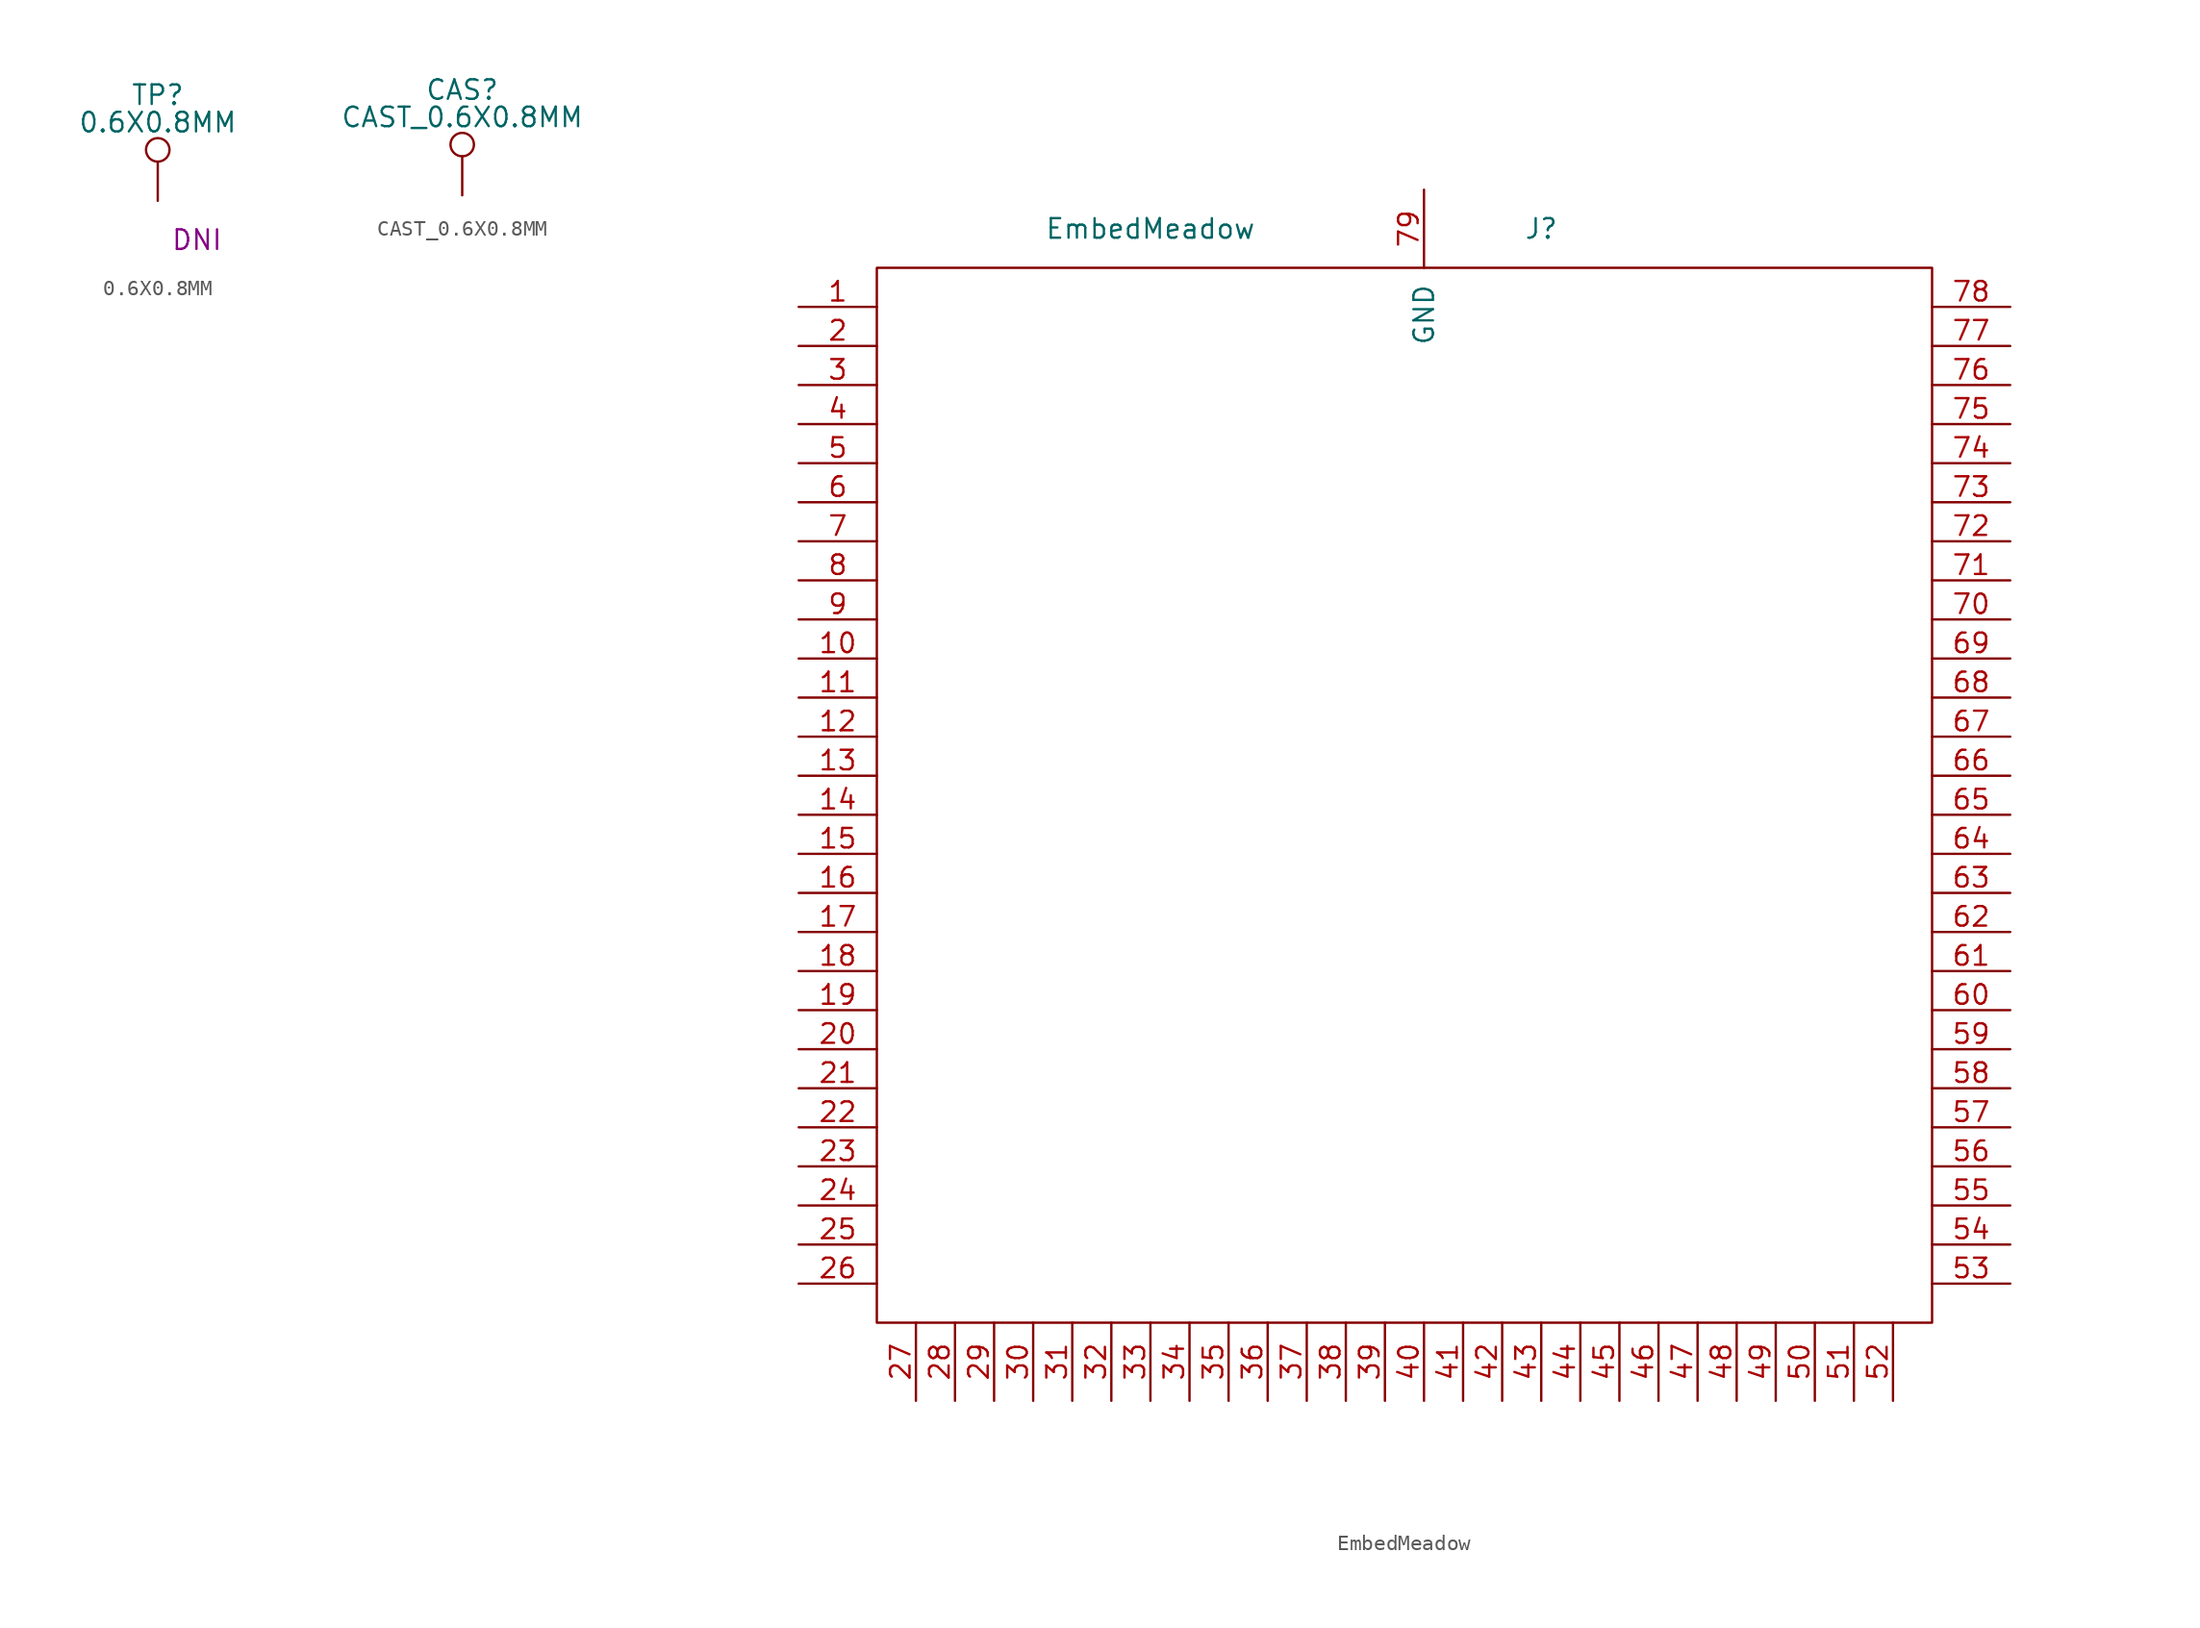
<source format=kicad_sym>
(kicad_symbol_lib
  (version 20211014)
  (generator kicad_symbol_editor)
  (symbol "0.6X0.8MM"
    (pin_numbers hide)
    (pin_names
      (offset 0.762) hide)
    (property "Reference" "TP"
      (at 0 6.858 0)
      (effects (font (size 1.27 1.27))))
    (property "Value" "0.6X0.8MM"
      (at 0 5.08 0)
      (effects (font (size 1.27 1.27))))
    (property "DNI" "DNI"
      (at 2.54 -2.54 0)
      (effects (font (size 1.27 1.27))))
    (symbol "0.6X0.8MM_0_1"
      (circle (center 0 3.302) (radius 0.762) (stroke (width 0) (type default) (color 0 0 0 0)) (fill (type none))))
    (symbol "0.6X0.8MM_1_1"
      (pin passive line (at 0 0 90) (length 2.54) (name "1" (effects (font (size 1.27 1.27)))) (number "1" (effects (font (size 1.27 1.27)))))))
  (symbol "CAST_0.6X0.8MM"
    (pin_numbers hide)
    (pin_names
      (offset 0.762) hide)
    (property "Reference" "CAS"
      (at 0 6.858 0)
      (effects (font (size 1.27 1.27))))
    (property "Value" "CAST_0.6X0.8MM"
      (at 0 5.08 0)
      (effects (font (size 1.27 1.27))))
    (symbol "CAST_0.6X0.8MM_0_1"
      (circle (center 0 3.302) (radius 0.762) (stroke (width 0) (type default) (color 0 0 0 0)) (fill (type none))))
    (symbol "CAST_0.6X0.8MM_1_1"
      (pin passive line (at 0 0 90) (length 2.54) (name "1" (effects (font (size 1.27 1.27)))) (number "1" (effects (font (size 1.27 1.27)))))))
  (symbol "EmbedMeadow"
    (pin_names
      (offset 1.016))
    (property "Reference" "J"
      (at 7.62 43.18 0)
      (effects (font (size 1.27 1.27))))
    (property "Value" "EmbedMeadow"
      (at -17.78 43.18 0)
      (effects (font (size 1.27 1.27))))
    (symbol "EmbedMeadow_0_1"
      (rectangle (start -35.56 40.64) (end 33.02 -27.94) (stroke (width 0) (type default) (color 0 0 0 0)) (fill (type none))))
    (symbol "EmbedMeadow_1_1"
      (pin input line (at -40.64 38.1 0) (length 5.08) (name "~" (effects (font (size 1.27 1.27)))) (number "1" (effects (font (size 1.27 1.27)))))
      (pin input line (at -40.64 15.24 0) (length 5.08) (name "~" (effects (font (size 1.27 1.27)))) (number "10" (effects (font (size 1.27 1.27)))))
      (pin input line (at -40.64 12.7 0) (length 5.08) (name "~" (effects (font (size 1.27 1.27)))) (number "11" (effects (font (size 1.27 1.27)))))
      (pin input line (at -40.64 10.16 0) (length 5.08) (name "~" (effects (font (size 1.27 1.27)))) (number "12" (effects (font (size 1.27 1.27)))))
      (pin input line (at -40.64 7.62 0) (length 5.08) (name "~" (effects (font (size 1.27 1.27)))) (number "13" (effects (font (size 1.27 1.27)))))
      (pin input line (at -40.64 5.08 0) (length 5.08) (name "~" (effects (font (size 1.27 1.27)))) (number "14" (effects (font (size 1.27 1.27)))))
      (pin input line (at -40.64 2.54 0) (length 5.08) (name "~" (effects (font (size 1.27 1.27)))) (number "15" (effects (font (size 1.27 1.27)))))
      (pin input line (at -40.64 0 0) (length 5.08) (name "~" (effects (font (size 1.27 1.27)))) (number "16" (effects (font (size 1.27 1.27)))))
      (pin input line (at -40.64 -2.54 0) (length 5.08) (name "~" (effects (font (size 1.27 1.27)))) (number "17" (effects (font (size 1.27 1.27)))))
      (pin input line (at -40.64 -5.08 0) (length 5.08) (name "~" (effects (font (size 1.27 1.27)))) (number "18" (effects (font (size 1.27 1.27)))))
      (pin input line (at -40.64 -7.62 0) (length 5.08) (name "~" (effects (font (size 1.27 1.27)))) (number "19" (effects (font (size 1.27 1.27)))))
      (pin input line (at -40.64 35.56 0) (length 5.08) (name "~" (effects (font (size 1.27 1.27)))) (number "2" (effects (font (size 1.27 1.27)))))
      (pin input line (at -40.64 -10.16 0) (length 5.08) (name "~" (effects (font (size 1.27 1.27)))) (number "20" (effects (font (size 1.27 1.27)))))
      (pin input line (at -40.64 -12.7 0) (length 5.08) (name "~" (effects (font (size 1.27 1.27)))) (number "21" (effects (font (size 1.27 1.27)))))
      (pin input line (at -40.64 -15.24 0) (length 5.08) (name "~" (effects (font (size 1.27 1.27)))) (number "22" (effects (font (size 1.27 1.27)))))
      (pin input line (at -40.64 -17.78 0) (length 5.08) (name "~" (effects (font (size 1.27 1.27)))) (number "23" (effects (font (size 1.27 1.27)))))
      (pin input line (at -40.64 -20.32 0) (length 5.08) (name "~" (effects (font (size 1.27 1.27)))) (number "24" (effects (font (size 1.27 1.27)))))
      (pin input line (at -40.64 -22.86 0) (length 5.08) (name "~" (effects (font (size 1.27 1.27)))) (number "25" (effects (font (size 1.27 1.27)))))
      (pin input line (at -40.64 -25.4 0) (length 5.08) (name "~" (effects (font (size 1.27 1.27)))) (number "26" (effects (font (size 1.27 1.27)))))
      (pin input line (at -33.02 -33.02 90) (length 5.08) (name "~" (effects (font (size 1.27 1.27)))) (number "27" (effects (font (size 1.27 1.27)))))
      (pin input line (at -30.48 -33.02 90) (length 5.08) (name "~" (effects (font (size 1.27 1.27)))) (number "28" (effects (font (size 1.27 1.27)))))
      (pin input line (at -27.94 -33.02 90) (length 5.08) (name "~" (effects (font (size 1.27 1.27)))) (number "29" (effects (font (size 1.27 1.27)))))
      (pin input line (at -40.64 33.02 0) (length 5.08) (name "~" (effects (font (size 1.27 1.27)))) (number "3" (effects (font (size 1.27 1.27)))))
      (pin input line (at -25.4 -33.02 90) (length 5.08) (name "~" (effects (font (size 1.27 1.27)))) (number "30" (effects (font (size 1.27 1.27)))))
      (pin input line (at -22.86 -33.02 90) (length 5.08) (name "~" (effects (font (size 1.27 1.27)))) (number "31" (effects (font (size 1.27 1.27)))))
      (pin input line (at -20.32 -33.02 90) (length 5.08) (name "~" (effects (font (size 1.27 1.27)))) (number "32" (effects (font (size 1.27 1.27)))))
      (pin input line (at -17.78 -33.02 90) (length 5.08) (name "~" (effects (font (size 1.27 1.27)))) (number "33" (effects (font (size 1.27 1.27)))))
      (pin input line (at -15.24 -33.02 90) (length 5.08) (name "~" (effects (font (size 1.27 1.27)))) (number "34" (effects (font (size 1.27 1.27)))))
      (pin input line (at -12.7 -33.02 90) (length 5.08) (name "~" (effects (font (size 1.27 1.27)))) (number "35" (effects (font (size 1.27 1.27)))))
      (pin input line (at -10.16 -33.02 90) (length 5.08) (name "~" (effects (font (size 1.27 1.27)))) (number "36" (effects (font (size 1.27 1.27)))))
      (pin input line (at -7.62 -33.02 90) (length 5.08) (name "~" (effects (font (size 1.27 1.27)))) (number "37" (effects (font (size 1.27 1.27)))))
      (pin input line (at -5.08 -33.02 90) (length 5.08) (name "~" (effects (font (size 1.27 1.27)))) (number "38" (effects (font (size 1.27 1.27)))))
      (pin input line (at -2.54 -33.02 90) (length 5.08) (name "~" (effects (font (size 1.27 1.27)))) (number "39" (effects (font (size 1.27 1.27)))))
      (pin input line (at -40.64 30.48 0) (length 5.08) (name "~" (effects (font (size 1.27 1.27)))) (number "4" (effects (font (size 1.27 1.27)))))
      (pin input line (at 0 -33.02 90) (length 5.08) (name "~" (effects (font (size 1.27 1.27)))) (number "40" (effects (font (size 1.27 1.27)))))
      (pin input line (at 2.54 -33.02 90) (length 5.08) (name "~" (effects (font (size 1.27 1.27)))) (number "41" (effects (font (size 1.27 1.27)))))
      (pin input line (at 5.08 -33.02 90) (length 5.08) (name "~" (effects (font (size 1.27 1.27)))) (number "42" (effects (font (size 1.27 1.27)))))
      (pin input line (at 7.62 -33.02 90) (length 5.08) (name "~" (effects (font (size 1.27 1.27)))) (number "43" (effects (font (size 1.27 1.27)))))
      (pin input line (at 10.16 -33.02 90) (length 5.08) (name "~" (effects (font (size 1.27 1.27)))) (number "44" (effects (font (size 1.27 1.27)))))
      (pin input line (at 12.7 -33.02 90) (length 5.08) (name "~" (effects (font (size 1.27 1.27)))) (number "45" (effects (font (size 1.27 1.27)))))
      (pin input line (at 15.24 -33.02 90) (length 5.08) (name "~" (effects (font (size 1.27 1.27)))) (number "46" (effects (font (size 1.27 1.27)))))
      (pin input line (at 17.78 -33.02 90) (length 5.08) (name "~" (effects (font (size 1.27 1.27)))) (number "47" (effects (font (size 1.27 1.27)))))
      (pin input line (at 20.32 -33.02 90) (length 5.08) (name "~" (effects (font (size 1.27 1.27)))) (number "48" (effects (font (size 1.27 1.27)))))
      (pin input line (at 22.86 -33.02 90) (length 5.08) (name "~" (effects (font (size 1.27 1.27)))) (number "49" (effects (font (size 1.27 1.27)))))
      (pin input line (at -40.64 27.94 0) (length 5.08) (name "~" (effects (font (size 1.27 1.27)))) (number "5" (effects (font (size 1.27 1.27)))))
      (pin input line (at 25.4 -33.02 90) (length 5.08) (name "~" (effects (font (size 1.27 1.27)))) (number "50" (effects (font (size 1.27 1.27)))))
      (pin input line (at 27.94 -33.02 90) (length 5.08) (name "~" (effects (font (size 1.27 1.27)))) (number "51" (effects (font (size 1.27 1.27)))))
      (pin input line (at 30.48 -33.02 90) (length 5.08) (name "~" (effects (font (size 1.27 1.27)))) (number "52" (effects (font (size 1.27 1.27)))))
      (pin input line (at 38.1 -25.4 180) (length 5.08) (name "~" (effects (font (size 1.27 1.27)))) (number "53" (effects (font (size 1.27 1.27)))))
      (pin input line (at 38.1 -22.86 180) (length 5.08) (name "~" (effects (font (size 1.27 1.27)))) (number "54" (effects (font (size 1.27 1.27)))))
      (pin input line (at 38.1 -20.32 180) (length 5.08) (name "~" (effects (font (size 1.27 1.27)))) (number "55" (effects (font (size 1.27 1.27)))))
      (pin input line (at 38.1 -17.78 180) (length 5.08) (name "~" (effects (font (size 1.27 1.27)))) (number "56" (effects (font (size 1.27 1.27)))))
      (pin input line (at 38.1 -15.24 180) (length 5.08) (name "~" (effects (font (size 1.27 1.27)))) (number "57" (effects (font (size 1.27 1.27)))))
      (pin input line (at 38.1 -12.7 180) (length 5.08) (name "~" (effects (font (size 1.27 1.27)))) (number "58" (effects (font (size 1.27 1.27)))))
      (pin input line (at 38.1 -10.16 180) (length 5.08) (name "~" (effects (font (size 1.27 1.27)))) (number "59" (effects (font (size 1.27 1.27)))))
      (pin input line (at -40.64 25.4 0) (length 5.08) (name "~" (effects (font (size 1.27 1.27)))) (number "6" (effects (font (size 1.27 1.27)))))
      (pin input line (at 38.1 -7.62 180) (length 5.08) (name "~" (effects (font (size 1.27 1.27)))) (number "60" (effects (font (size 1.27 1.27)))))
      (pin input line (at 38.1 -5.08 180) (length 5.08) (name "~" (effects (font (size 1.27 1.27)))) (number "61" (effects (font (size 1.27 1.27)))))
      (pin input line (at 38.1 -2.54 180) (length 5.08) (name "~" (effects (font (size 1.27 1.27)))) (number "62" (effects (font (size 1.27 1.27)))))
      (pin input line (at 38.1 0 180) (length 5.08) (name "~" (effects (font (size 1.27 1.27)))) (number "63" (effects (font (size 1.27 1.27)))))
      (pin input line (at 38.1 2.54 180) (length 5.08) (name "~" (effects (font (size 1.27 1.27)))) (number "64" (effects (font (size 1.27 1.27)))))
      (pin input line (at 38.1 5.08 180) (length 5.08) (name "~" (effects (font (size 1.27 1.27)))) (number "65" (effects (font (size 1.27 1.27)))))
      (pin input line (at 38.1 7.62 180) (length 5.08) (name "~" (effects (font (size 1.27 1.27)))) (number "66" (effects (font (size 1.27 1.27)))))
      (pin input line (at 38.1 10.16 180) (length 5.08) (name "~" (effects (font (size 1.27 1.27)))) (number "67" (effects (font (size 1.27 1.27)))))
      (pin input line (at 38.1 12.7 180) (length 5.08) (name "~" (effects (font (size 1.27 1.27)))) (number "68" (effects (font (size 1.27 1.27)))))
      (pin input line (at 38.1 15.24 180) (length 5.08) (name "~" (effects (font (size 1.27 1.27)))) (number "69" (effects (font (size 1.27 1.27)))))
      (pin input line (at -40.64 22.86 0) (length 5.08) (name "~" (effects (font (size 1.27 1.27)))) (number "7" (effects (font (size 1.27 1.27)))))
      (pin input line (at 38.1 17.78 180) (length 5.08) (name "~" (effects (font (size 1.27 1.27)))) (number "70" (effects (font (size 1.27 1.27)))))
      (pin input line (at 38.1 20.32 180) (length 5.08) (name "~" (effects (font (size 1.27 1.27)))) (number "71" (effects (font (size 1.27 1.27)))))
      (pin input line (at 38.1 22.86 180) (length 5.08) (name "~" (effects (font (size 1.27 1.27)))) (number "72" (effects (font (size 1.27 1.27)))))
      (pin input line (at 38.1 25.4 180) (length 5.08) (name "~" (effects (font (size 1.27 1.27)))) (number "73" (effects (font (size 1.27 1.27)))))
      (pin input line (at 38.1 27.94 180) (length 5.08) (name "~" (effects (font (size 1.27 1.27)))) (number "74" (effects (font (size 1.27 1.27)))))
      (pin input line (at 38.1 30.48 180) (length 5.08) (name "~" (effects (font (size 1.27 1.27)))) (number "75" (effects (font (size 1.27 1.27)))))
      (pin input line (at 38.1 33.02 180) (length 5.08) (name "~" (effects (font (size 1.27 1.27)))) (number "76" (effects (font (size 1.27 1.27)))))
      (pin input line (at 38.1 35.56 180) (length 5.08) (name "~" (effects (font (size 1.27 1.27)))) (number "77" (effects (font (size 1.27 1.27)))))
      (pin input line (at 38.1 38.1 180) (length 5.08) (name "~" (effects (font (size 1.27 1.27)))) (number "78" (effects (font (size 1.27 1.27)))))
      (pin power_in line (at 0 45.72 270) (length 5.08) (name "GND" (effects (font (size 1.27 1.27)))) (number "79" (effects (font (size 1.27 1.27)))))
      (pin input line (at -40.64 20.32 0) (length 5.08) (name "~" (effects (font (size 1.27 1.27)))) (number "8" (effects (font (size 1.27 1.27)))))
      (pin input line (at -40.64 17.78 0) (length 5.08) (name "~" (effects (font (size 1.27 1.27)))) (number "9" (effects (font (size 1.27 1.27))))))))
</source>
